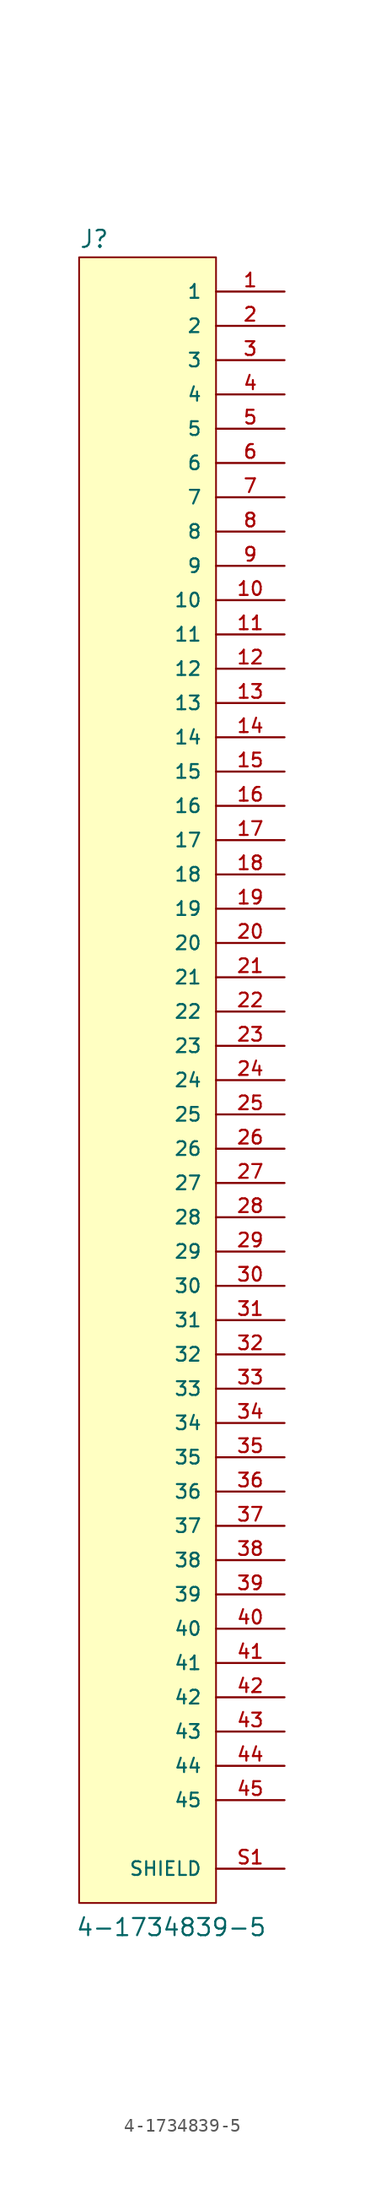
<source format=kicad_sym>
(kicad_symbol_lib
  (version 20211014)
  (generator kicad_symbol_editor)
  (symbol "4-1734839-5"
    (pin_names
      (offset 1.016))
    (property "Reference" "J"
      (at -5.089 59.026 0)
      (effects (font (size 1.27 1.27)) (justify bottom left)))
    (property "Value" "4-1734839-5"
      (at -5.357 -66.047 0)
      (effects (font (size 1.27 1.27)) (justify bottom left)))
    (symbol "4-1734839-5_0_0"
      (rectangle (start -5.08 -63.5) (end 5.08 58.42) (stroke (width 0.127)) (fill (type background)))
      (pin passive line (at 10.16 55.88 180.0) (length 5.08) (name "1" (effects (font (size 1.016 1.016)))) (number "1" (effects (font (size 1.016 1.016)))))
      (pin passive line (at 10.16 53.34 180.0) (length 5.08) (name "2" (effects (font (size 1.016 1.016)))) (number "2" (effects (font (size 1.016 1.016)))))
      (pin passive line (at 10.16 50.8 180.0) (length 5.08) (name "3" (effects (font (size 1.016 1.016)))) (number "3" (effects (font (size 1.016 1.016)))))
      (pin passive line (at 10.16 48.26 180.0) (length 5.08) (name "4" (effects (font (size 1.016 1.016)))) (number "4" (effects (font (size 1.016 1.016)))))
      (pin passive line (at 10.16 45.72 180.0) (length 5.08) (name "5" (effects (font (size 1.016 1.016)))) (number "5" (effects (font (size 1.016 1.016)))))
      (pin passive line (at 10.16 43.18 180.0) (length 5.08) (name "6" (effects (font (size 1.016 1.016)))) (number "6" (effects (font (size 1.016 1.016)))))
      (pin passive line (at 10.16 40.64 180.0) (length 5.08) (name "7" (effects (font (size 1.016 1.016)))) (number "7" (effects (font (size 1.016 1.016)))))
      (pin passive line (at 10.16 38.1 180.0) (length 5.08) (name "8" (effects (font (size 1.016 1.016)))) (number "8" (effects (font (size 1.016 1.016)))))
      (pin passive line (at 10.16 35.56 180.0) (length 5.08) (name "9" (effects (font (size 1.016 1.016)))) (number "9" (effects (font (size 1.016 1.016)))))
      (pin passive line (at 10.16 33.02 180.0) (length 5.08) (name "10" (effects (font (size 1.016 1.016)))) (number "10" (effects (font (size 1.016 1.016)))))
      (pin passive line (at 10.16 30.48 180.0) (length 5.08) (name "11" (effects (font (size 1.016 1.016)))) (number "11" (effects (font (size 1.016 1.016)))))
      (pin passive line (at 10.16 27.94 180.0) (length 5.08) (name "12" (effects (font (size 1.016 1.016)))) (number "12" (effects (font (size 1.016 1.016)))))
      (pin passive line (at 10.16 25.4 180.0) (length 5.08) (name "13" (effects (font (size 1.016 1.016)))) (number "13" (effects (font (size 1.016 1.016)))))
      (pin passive line (at 10.16 22.86 180.0) (length 5.08) (name "14" (effects (font (size 1.016 1.016)))) (number "14" (effects (font (size 1.016 1.016)))))
      (pin passive line (at 10.16 20.32 180.0) (length 5.08) (name "15" (effects (font (size 1.016 1.016)))) (number "15" (effects (font (size 1.016 1.016)))))
      (pin passive line (at 10.16 17.78 180.0) (length 5.08) (name "16" (effects (font (size 1.016 1.016)))) (number "16" (effects (font (size 1.016 1.016)))))
      (pin passive line (at 10.16 15.24 180.0) (length 5.08) (name "17" (effects (font (size 1.016 1.016)))) (number "17" (effects (font (size 1.016 1.016)))))
      (pin passive line (at 10.16 12.7 180.0) (length 5.08) (name "18" (effects (font (size 1.016 1.016)))) (number "18" (effects (font (size 1.016 1.016)))))
      (pin passive line (at 10.16 10.16 180.0) (length 5.08) (name "19" (effects (font (size 1.016 1.016)))) (number "19" (effects (font (size 1.016 1.016)))))
      (pin passive line (at 10.16 7.62 180.0) (length 5.08) (name "20" (effects (font (size 1.016 1.016)))) (number "20" (effects (font (size 1.016 1.016)))))
      (pin passive line (at 10.16 5.08 180.0) (length 5.08) (name "21" (effects (font (size 1.016 1.016)))) (number "21" (effects (font (size 1.016 1.016)))))
      (pin passive line (at 10.16 2.54 180.0) (length 5.08) (name "22" (effects (font (size 1.016 1.016)))) (number "22" (effects (font (size 1.016 1.016)))))
      (pin passive line (at 10.16 0.0 180.0) (length 5.08) (name "23" (effects (font (size 1.016 1.016)))) (number "23" (effects (font (size 1.016 1.016)))))
      (pin passive line (at 10.16 -2.54 180.0) (length 5.08) (name "24" (effects (font (size 1.016 1.016)))) (number "24" (effects (font (size 1.016 1.016)))))
      (pin passive line (at 10.16 -5.08 180.0) (length 5.08) (name "25" (effects (font (size 1.016 1.016)))) (number "25" (effects (font (size 1.016 1.016)))))
      (pin passive line (at 10.16 -7.62 180.0) (length 5.08) (name "26" (effects (font (size 1.016 1.016)))) (number "26" (effects (font (size 1.016 1.016)))))
      (pin passive line (at 10.16 -10.16 180.0) (length 5.08) (name "27" (effects (font (size 1.016 1.016)))) (number "27" (effects (font (size 1.016 1.016)))))
      (pin passive line (at 10.16 -12.7 180.0) (length 5.08) (name "28" (effects (font (size 1.016 1.016)))) (number "28" (effects (font (size 1.016 1.016)))))
      (pin passive line (at 10.16 -15.24 180.0) (length 5.08) (name "29" (effects (font (size 1.016 1.016)))) (number "29" (effects (font (size 1.016 1.016)))))
      (pin passive line (at 10.16 -17.78 180.0) (length 5.08) (name "30" (effects (font (size 1.016 1.016)))) (number "30" (effects (font (size 1.016 1.016)))))
      (pin passive line (at 10.16 -20.32 180.0) (length 5.08) (name "31" (effects (font (size 1.016 1.016)))) (number "31" (effects (font (size 1.016 1.016)))))
      (pin passive line (at 10.16 -22.86 180.0) (length 5.08) (name "32" (effects (font (size 1.016 1.016)))) (number "32" (effects (font (size 1.016 1.016)))))
      (pin passive line (at 10.16 -25.4 180.0) (length 5.08) (name "33" (effects (font (size 1.016 1.016)))) (number "33" (effects (font (size 1.016 1.016)))))
      (pin passive line (at 10.16 -27.94 180.0) (length 5.08) (name "34" (effects (font (size 1.016 1.016)))) (number "34" (effects (font (size 1.016 1.016)))))
      (pin passive line (at 10.16 -30.48 180.0) (length 5.08) (name "35" (effects (font (size 1.016 1.016)))) (number "35" (effects (font (size 1.016 1.016)))))
      (pin passive line (at 10.16 -33.02 180.0) (length 5.08) (name "36" (effects (font (size 1.016 1.016)))) (number "36" (effects (font (size 1.016 1.016)))))
      (pin passive line (at 10.16 -35.56 180.0) (length 5.08) (name "37" (effects (font (size 1.016 1.016)))) (number "37" (effects (font (size 1.016 1.016)))))
      (pin passive line (at 10.16 -38.1 180.0) (length 5.08) (name "38" (effects (font (size 1.016 1.016)))) (number "38" (effects (font (size 1.016 1.016)))))
      (pin passive line (at 10.16 -40.64 180.0) (length 5.08) (name "39" (effects (font (size 1.016 1.016)))) (number "39" (effects (font (size 1.016 1.016)))))
      (pin passive line (at 10.16 -43.18 180.0) (length 5.08) (name "40" (effects (font (size 1.016 1.016)))) (number "40" (effects (font (size 1.016 1.016)))))
      (pin passive line (at 10.16 -60.96 180.0) (length 5.08) (name "SHIELD" (effects (font (size 1.016 1.016)))) (number "S1" (effects (font (size 1.016 1.016)))))
      (pin passive line (at 10.16 -60.96 180.0) (length 5.08) hide (name "SHIELD" (effects (font (size 1.016 1.016)))) (number "S2" (effects (font (size 1.016 1.016)))))
      (pin passive line (at 10.16 -45.72 180.0) (length 5.08) (name "41" (effects (font (size 1.016 1.016)))) (number "41" (effects (font (size 1.016 1.016)))))
      (pin passive line (at 10.16 -48.26 180.0) (length 5.08) (name "42" (effects (font (size 1.016 1.016)))) (number "42" (effects (font (size 1.016 1.016)))))
      (pin passive line (at 10.16 -50.8 180.0) (length 5.08) (name "43" (effects (font (size 1.016 1.016)))) (number "43" (effects (font (size 1.016 1.016)))))
      (pin passive line (at 10.16 -53.34 180.0) (length 5.08) (name "44" (effects (font (size 1.016 1.016)))) (number "44" (effects (font (size 1.016 1.016)))))
      (pin passive line (at 10.16 -55.88 180.0) (length 5.08) (name "45" (effects (font (size 1.016 1.016)))) (number "45" (effects (font (size 1.016 1.016))))))))
</source>
